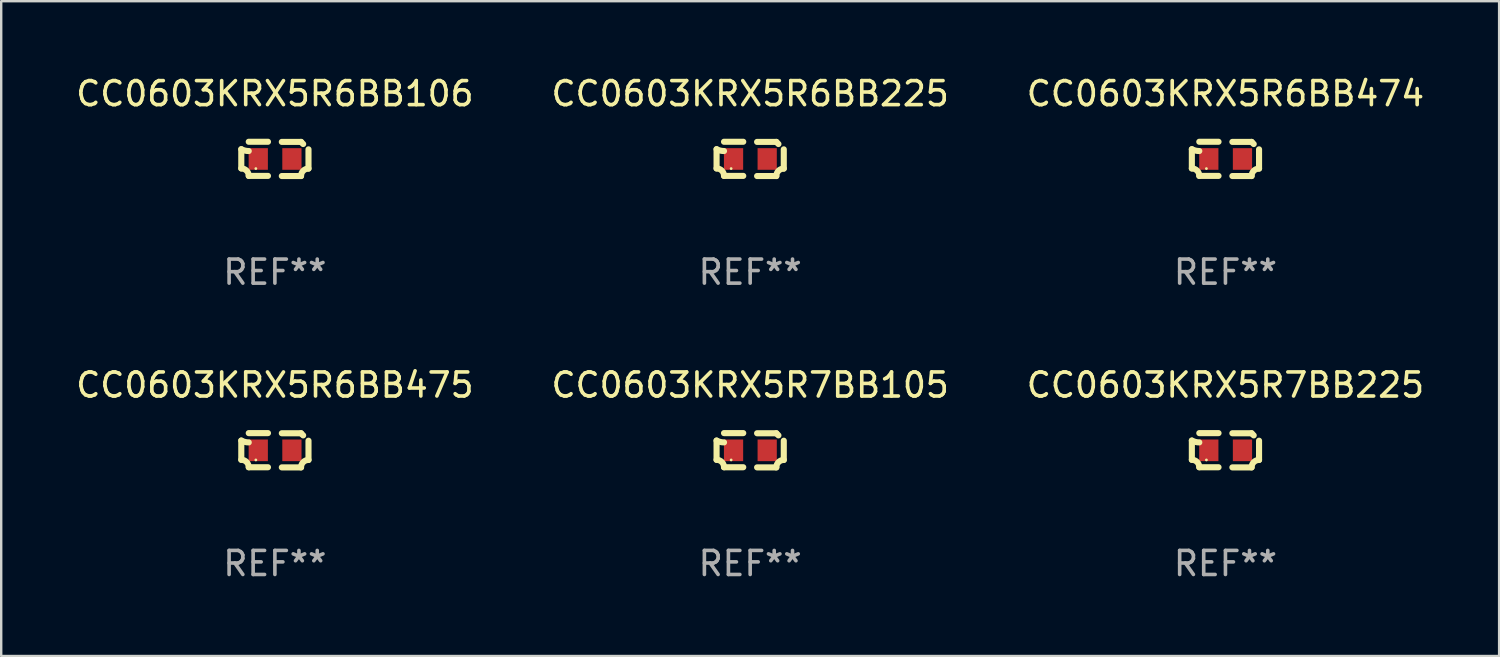
<source format=kicad_pcb>
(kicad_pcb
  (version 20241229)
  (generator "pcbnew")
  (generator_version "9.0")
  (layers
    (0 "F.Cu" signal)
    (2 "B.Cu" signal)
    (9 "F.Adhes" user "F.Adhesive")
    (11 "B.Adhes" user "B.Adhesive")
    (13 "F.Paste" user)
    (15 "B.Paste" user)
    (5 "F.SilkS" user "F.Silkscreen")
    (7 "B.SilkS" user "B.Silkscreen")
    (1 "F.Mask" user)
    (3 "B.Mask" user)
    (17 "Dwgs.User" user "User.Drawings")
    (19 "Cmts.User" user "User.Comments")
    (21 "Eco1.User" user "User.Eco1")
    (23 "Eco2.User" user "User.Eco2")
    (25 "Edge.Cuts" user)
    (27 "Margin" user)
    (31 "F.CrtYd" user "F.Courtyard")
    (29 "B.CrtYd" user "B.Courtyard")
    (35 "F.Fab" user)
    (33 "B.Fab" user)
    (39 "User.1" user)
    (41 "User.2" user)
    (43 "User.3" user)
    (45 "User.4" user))
  (footprint "CC0603KRX5R6BB225"
    (layer "F.Cu")
    (at 28.161 3.561)
    (property "Reference" "CC0603KRX5R6BB225" (at 0 -2.713 0) (layer "F.SilkS") (effects (font (size 1 1) (thickness 0.15))))
    (attr through_hole)
    (fp_line (start -1.398 -0.403) (end -1.398 0.397) (stroke (width 0.254) (type solid)) (layer "F.SilkS"))
    (fp_line (start -0.288 -0.713) (end -1.088 -0.713) (stroke (width 0.254) (type solid)) (layer "F.SilkS"))
    (fp_line (start -0.288 0.707) (end -1.088 0.707) (stroke (width 0.254) (type solid)) (layer "F.SilkS"))
    (fp_line (start 0.288 -0.707) (end 1.088 -0.707) (stroke (width 0.254) (type solid)) (layer "F.SilkS"))
    (fp_line (start 0.288 0.713) (end 1.088 0.713) (stroke (width 0.254) (type solid)) (layer "F.SilkS"))
    (fp_line (start 1.398 -0.397) (end 1.398 0.403) (stroke (width 0.254) (type solid)) (layer "F.SilkS"))
    (fp_arc (start -1.397789 0.397066) (mid -1.178701 0.487826) (end -1.08796 0.706922) (stroke (width 0.254001) (type solid)) (layer "F.SilkS"))
    (fp_arc (start -1.08796 -0.327176) (mid -1.247436 -0.346384) (end -1.39779 -0.402908) (stroke (width 0.254001) (type solid)) (layer "F.SilkS"))
    (fp_arc (start 1.087909 0.712738) (mid 1.178656 0.493655) (end 1.397739 0.402908) (stroke (width 0.254001) (type solid)) (layer "F.SilkS"))
    (fp_arc (start 1.175925 -0.618926) (mid 1.131917 -0.662923) (end 1.08791 -0.706922) (stroke (width 0.254001) (type solid)) (layer "F.SilkS"))
    (fp_circle (center -0.792 0.403) (end -0.762 0.403) (stroke (width 0.06) (type solid)) (fill no) (layer "F.SilkS"))
    (fp_text user "REF**" (at 0 4.713 0) (layer "F.Fab") (effects (font (size 1 1) (thickness 0.15))))
    (pad "1" smd rect (at -0.692 0.003) (size 0.8 0.9) (layers "F.Cu" "F.Mask" "F.Paste"))
    (pad "2" smd rect (at 0.708 0.003) (size 0.8 0.9) (layers "F.Cu" "F.Mask" "F.Paste")))
  (footprint "CC0603KRX5R7BB105"
    (layer "F.Cu")
    (at 28.161 15.683)
    (property "Reference" "CC0603KRX5R7BB105" (at 0 -2.713 0) (layer "F.SilkS") (effects (font (size 1 1) (thickness 0.15))))
    (attr through_hole)
    (fp_line (start -1.398 -0.403) (end -1.398 0.397) (stroke (width 0.254) (type solid)) (layer "F.SilkS"))
    (fp_line (start -0.288 -0.713) (end -1.088 -0.713) (stroke (width 0.254) (type solid)) (layer "F.SilkS"))
    (fp_line (start -0.288 0.707) (end -1.088 0.707) (stroke (width 0.254) (type solid)) (layer "F.SilkS"))
    (fp_line (start 0.288 -0.707) (end 1.088 -0.707) (stroke (width 0.254) (type solid)) (layer "F.SilkS"))
    (fp_line (start 0.288 0.713) (end 1.088 0.713) (stroke (width 0.254) (type solid)) (layer "F.SilkS"))
    (fp_line (start 1.398 -0.397) (end 1.398 0.403) (stroke (width 0.254) (type solid)) (layer "F.SilkS"))
    (fp_arc (start -1.397789 0.397066) (mid -1.178701 0.487826) (end -1.08796 0.706922) (stroke (width 0.254001) (type solid)) (layer "F.SilkS"))
    (fp_arc (start -1.08796 -0.327176) (mid -1.247436 -0.346384) (end -1.39779 -0.402908) (stroke (width 0.254001) (type solid)) (layer "F.SilkS"))
    (fp_arc (start 1.087909 0.712738) (mid 1.178656 0.493655) (end 1.397739 0.402908) (stroke (width 0.254001) (type solid)) (layer "F.SilkS"))
    (fp_arc (start 1.175925 -0.618926) (mid 1.131917 -0.662923) (end 1.08791 -0.706922) (stroke (width 0.254001) (type solid)) (layer "F.SilkS"))
    (fp_circle (center -0.792 0.403) (end -0.762 0.403) (stroke (width 0.06) (type solid)) (fill no) (layer "F.SilkS"))
    (fp_text user "REF**" (at 0 4.713 0) (layer "F.Fab") (effects (font (size 1 1) (thickness 0.15))))
    (pad "1" smd rect (at -0.692 0.003) (size 0.8 0.9) (layers "F.Cu" "F.Mask" "F.Paste"))
    (pad "2" smd rect (at 0.708 0.003) (size 0.8 0.9) (layers "F.Cu" "F.Mask" "F.Paste")))
  (footprint "CC0603KRX5R6BB475"
    (layer "F.Cu")
    (at 8.387 15.683)
    (property "Reference" "CC0603KRX5R6BB475" (at 0 -2.713 0) (layer "F.SilkS") (effects (font (size 1 1) (thickness 0.15))))
    (attr through_hole)
    (fp_line (start -1.398 -0.403) (end -1.398 0.397) (stroke (width 0.254) (type solid)) (layer "F.SilkS"))
    (fp_line (start -0.288 -0.713) (end -1.088 -0.713) (stroke (width 0.254) (type solid)) (layer "F.SilkS"))
    (fp_line (start -0.288 0.707) (end -1.088 0.707) (stroke (width 0.254) (type solid)) (layer "F.SilkS"))
    (fp_line (start 0.288 -0.707) (end 1.088 -0.707) (stroke (width 0.254) (type solid)) (layer "F.SilkS"))
    (fp_line (start 0.288 0.713) (end 1.088 0.713) (stroke (width 0.254) (type solid)) (layer "F.SilkS"))
    (fp_line (start 1.398 -0.397) (end 1.398 0.403) (stroke (width 0.254) (type solid)) (layer "F.SilkS"))
    (fp_arc (start -1.397789 0.397066) (mid -1.178701 0.487826) (end -1.08796 0.706922) (stroke (width 0.254001) (type solid)) (layer "F.SilkS"))
    (fp_arc (start -1.08796 -0.327176) (mid -1.247436 -0.346384) (end -1.39779 -0.402908) (stroke (width 0.254001) (type solid)) (layer "F.SilkS"))
    (fp_arc (start 1.087909 0.712738) (mid 1.178656 0.493655) (end 1.397739 0.402908) (stroke (width 0.254001) (type solid)) (layer "F.SilkS"))
    (fp_arc (start 1.175925 -0.618926) (mid 1.131917 -0.662923) (end 1.08791 -0.706922) (stroke (width 0.254001) (type solid)) (layer "F.SilkS"))
    (fp_circle (center -0.792 0.403) (end -0.762 0.403) (stroke (width 0.06) (type solid)) (fill no) (layer "F.SilkS"))
    (fp_text user "REF**" (at 0 4.713 0) (layer "F.Fab") (effects (font (size 1 1) (thickness 0.15))))
    (pad "1" smd rect (at -0.692 0.003) (size 0.8 0.9) (layers "F.Cu" "F.Mask" "F.Paste"))
    (pad "2" smd rect (at 0.708 0.003) (size 0.8 0.9) (layers "F.Cu" "F.Mask" "F.Paste")))
  (footprint "CC0603KRX5R7BB225"
    (layer "F.Cu")
    (at 47.935 15.683)
    (property "Reference" "CC0603KRX5R7BB225" (at 0 -2.713 0) (layer "F.SilkS") (effects (font (size 1 1) (thickness 0.15))))
    (attr through_hole)
    (fp_line (start -1.398 -0.403) (end -1.398 0.397) (stroke (width 0.254) (type solid)) (layer "F.SilkS"))
    (fp_line (start -0.288 -0.713) (end -1.088 -0.713) (stroke (width 0.254) (type solid)) (layer "F.SilkS"))
    (fp_line (start -0.288 0.707) (end -1.088 0.707) (stroke (width 0.254) (type solid)) (layer "F.SilkS"))
    (fp_line (start 0.288 -0.707) (end 1.088 -0.707) (stroke (width 0.254) (type solid)) (layer "F.SilkS"))
    (fp_line (start 0.288 0.713) (end 1.088 0.713) (stroke (width 0.254) (type solid)) (layer "F.SilkS"))
    (fp_line (start 1.398 -0.397) (end 1.398 0.403) (stroke (width 0.254) (type solid)) (layer "F.SilkS"))
    (fp_arc (start -1.397789 0.397066) (mid -1.178701 0.487826) (end -1.08796 0.706922) (stroke (width 0.254001) (type solid)) (layer "F.SilkS"))
    (fp_arc (start -1.08796 -0.327176) (mid -1.247436 -0.346384) (end -1.39779 -0.402908) (stroke (width 0.254001) (type solid)) (layer "F.SilkS"))
    (fp_arc (start 1.087909 0.712738) (mid 1.178656 0.493655) (end 1.397739 0.402908) (stroke (width 0.254001) (type solid)) (layer "F.SilkS"))
    (fp_arc (start 1.175925 -0.618926) (mid 1.131917 -0.662923) (end 1.08791 -0.706922) (stroke (width 0.254001) (type solid)) (layer "F.SilkS"))
    (fp_circle (center -0.792 0.403) (end -0.762 0.403) (stroke (width 0.06) (type solid)) (fill no) (layer "F.SilkS"))
    (fp_text user "REF**" (at 0 4.713 0) (layer "F.Fab") (effects (font (size 1 1) (thickness 0.15))))
    (pad "1" smd rect (at -0.692 0.003) (size 0.8 0.9) (layers "F.Cu" "F.Mask" "F.Paste"))
    (pad "2" smd rect (at 0.708 0.003) (size 0.8 0.9) (layers "F.Cu" "F.Mask" "F.Paste")))
  (footprint "CC0603KRX5R6BB106"
    (layer "F.Cu")
    (at 8.387 3.561)
    (property "Reference" "CC0603KRX5R6BB106" (at 0 -2.713 0) (layer "F.SilkS") (effects (font (size 1 1) (thickness 0.15))))
    (attr through_hole)
    (fp_line (start -1.398 -0.403) (end -1.398 0.397) (stroke (width 0.254) (type solid)) (layer "F.SilkS"))
    (fp_line (start -0.288 -0.713) (end -1.088 -0.713) (stroke (width 0.254) (type solid)) (layer "F.SilkS"))
    (fp_line (start -0.288 0.707) (end -1.088 0.707) (stroke (width 0.254) (type solid)) (layer "F.SilkS"))
    (fp_line (start 0.288 -0.707) (end 1.088 -0.707) (stroke (width 0.254) (type solid)) (layer "F.SilkS"))
    (fp_line (start 0.288 0.713) (end 1.088 0.713) (stroke (width 0.254) (type solid)) (layer "F.SilkS"))
    (fp_line (start 1.398 -0.397) (end 1.398 0.403) (stroke (width 0.254) (type solid)) (layer "F.SilkS"))
    (fp_arc (start -1.397789 0.397066) (mid -1.178701 0.487826) (end -1.08796 0.706922) (stroke (width 0.254001) (type solid)) (layer "F.SilkS"))
    (fp_arc (start -1.08796 -0.327176) (mid -1.247436 -0.346384) (end -1.39779 -0.402908) (stroke (width 0.254001) (type solid)) (layer "F.SilkS"))
    (fp_arc (start 1.087909 0.712738) (mid 1.178656 0.493655) (end 1.397739 0.402908) (stroke (width 0.254001) (type solid)) (layer "F.SilkS"))
    (fp_arc (start 1.175925 -0.618926) (mid 1.131917 -0.662923) (end 1.08791 -0.706922) (stroke (width 0.254001) (type solid)) (layer "F.SilkS"))
    (fp_circle (center -0.792 0.403) (end -0.762 0.403) (stroke (width 0.06) (type solid)) (fill no) (layer "F.SilkS"))
    (fp_text user "REF**" (at 0 4.713 0) (layer "F.Fab") (effects (font (size 1 1) (thickness 0.15))))
    (pad "1" smd rect (at -0.692 0.003) (size 0.8 0.9) (layers "F.Cu" "F.Mask" "F.Paste"))
    (pad "2" smd rect (at 0.708 0.003) (size 0.8 0.9) (layers "F.Cu" "F.Mask" "F.Paste")))
  (footprint "CC0603KRX5R6BB474"
    (layer "F.Cu")
    (at 47.935 3.561)
    (property "Reference" "CC0603KRX5R6BB474" (at 0 -2.713 0) (layer "F.SilkS") (effects (font (size 1 1) (thickness 0.15))))
    (attr through_hole)
    (fp_line (start -1.398 -0.403) (end -1.398 0.397) (stroke (width 0.254) (type solid)) (layer "F.SilkS"))
    (fp_line (start -0.288 -0.713) (end -1.088 -0.713) (stroke (width 0.254) (type solid)) (layer "F.SilkS"))
    (fp_line (start -0.288 0.707) (end -1.088 0.707) (stroke (width 0.254) (type solid)) (layer "F.SilkS"))
    (fp_line (start 0.288 -0.707) (end 1.088 -0.707) (stroke (width 0.254) (type solid)) (layer "F.SilkS"))
    (fp_line (start 0.288 0.713) (end 1.088 0.713) (stroke (width 0.254) (type solid)) (layer "F.SilkS"))
    (fp_line (start 1.398 -0.397) (end 1.398 0.403) (stroke (width 0.254) (type solid)) (layer "F.SilkS"))
    (fp_arc (start -1.397789 0.397066) (mid -1.178701 0.487826) (end -1.08796 0.706922) (stroke (width 0.254001) (type solid)) (layer "F.SilkS"))
    (fp_arc (start -1.08796 -0.327176) (mid -1.247436 -0.346384) (end -1.39779 -0.402908) (stroke (width 0.254001) (type solid)) (layer "F.SilkS"))
    (fp_arc (start 1.087909 0.712738) (mid 1.178656 0.493655) (end 1.397739 0.402908) (stroke (width 0.254001) (type solid)) (layer "F.SilkS"))
    (fp_arc (start 1.175925 -0.618926) (mid 1.131917 -0.662923) (end 1.08791 -0.706922) (stroke (width 0.254001) (type solid)) (layer "F.SilkS"))
    (fp_circle (center -0.792 0.403) (end -0.762 0.403) (stroke (width 0.06) (type solid)) (fill no) (layer "F.SilkS"))
    (fp_text user "REF**" (at 0 4.713 0) (layer "F.Fab") (effects (font (size 1 1) (thickness 0.15))))
    (pad "1" smd rect (at -0.692 0.003) (size 0.8 0.9) (layers "F.Cu" "F.Mask" "F.Paste"))
    (pad "2" smd rect (at 0.708 0.003) (size 0.8 0.9) (layers "F.Cu" "F.Mask" "F.Paste")))
  (gr_rect
    (start -3 -3)
    (end 59.321 24.244)
    (stroke (width 0.1) (type default))
    (fill no)
    (layer "Edge.Cuts")))
</source>
